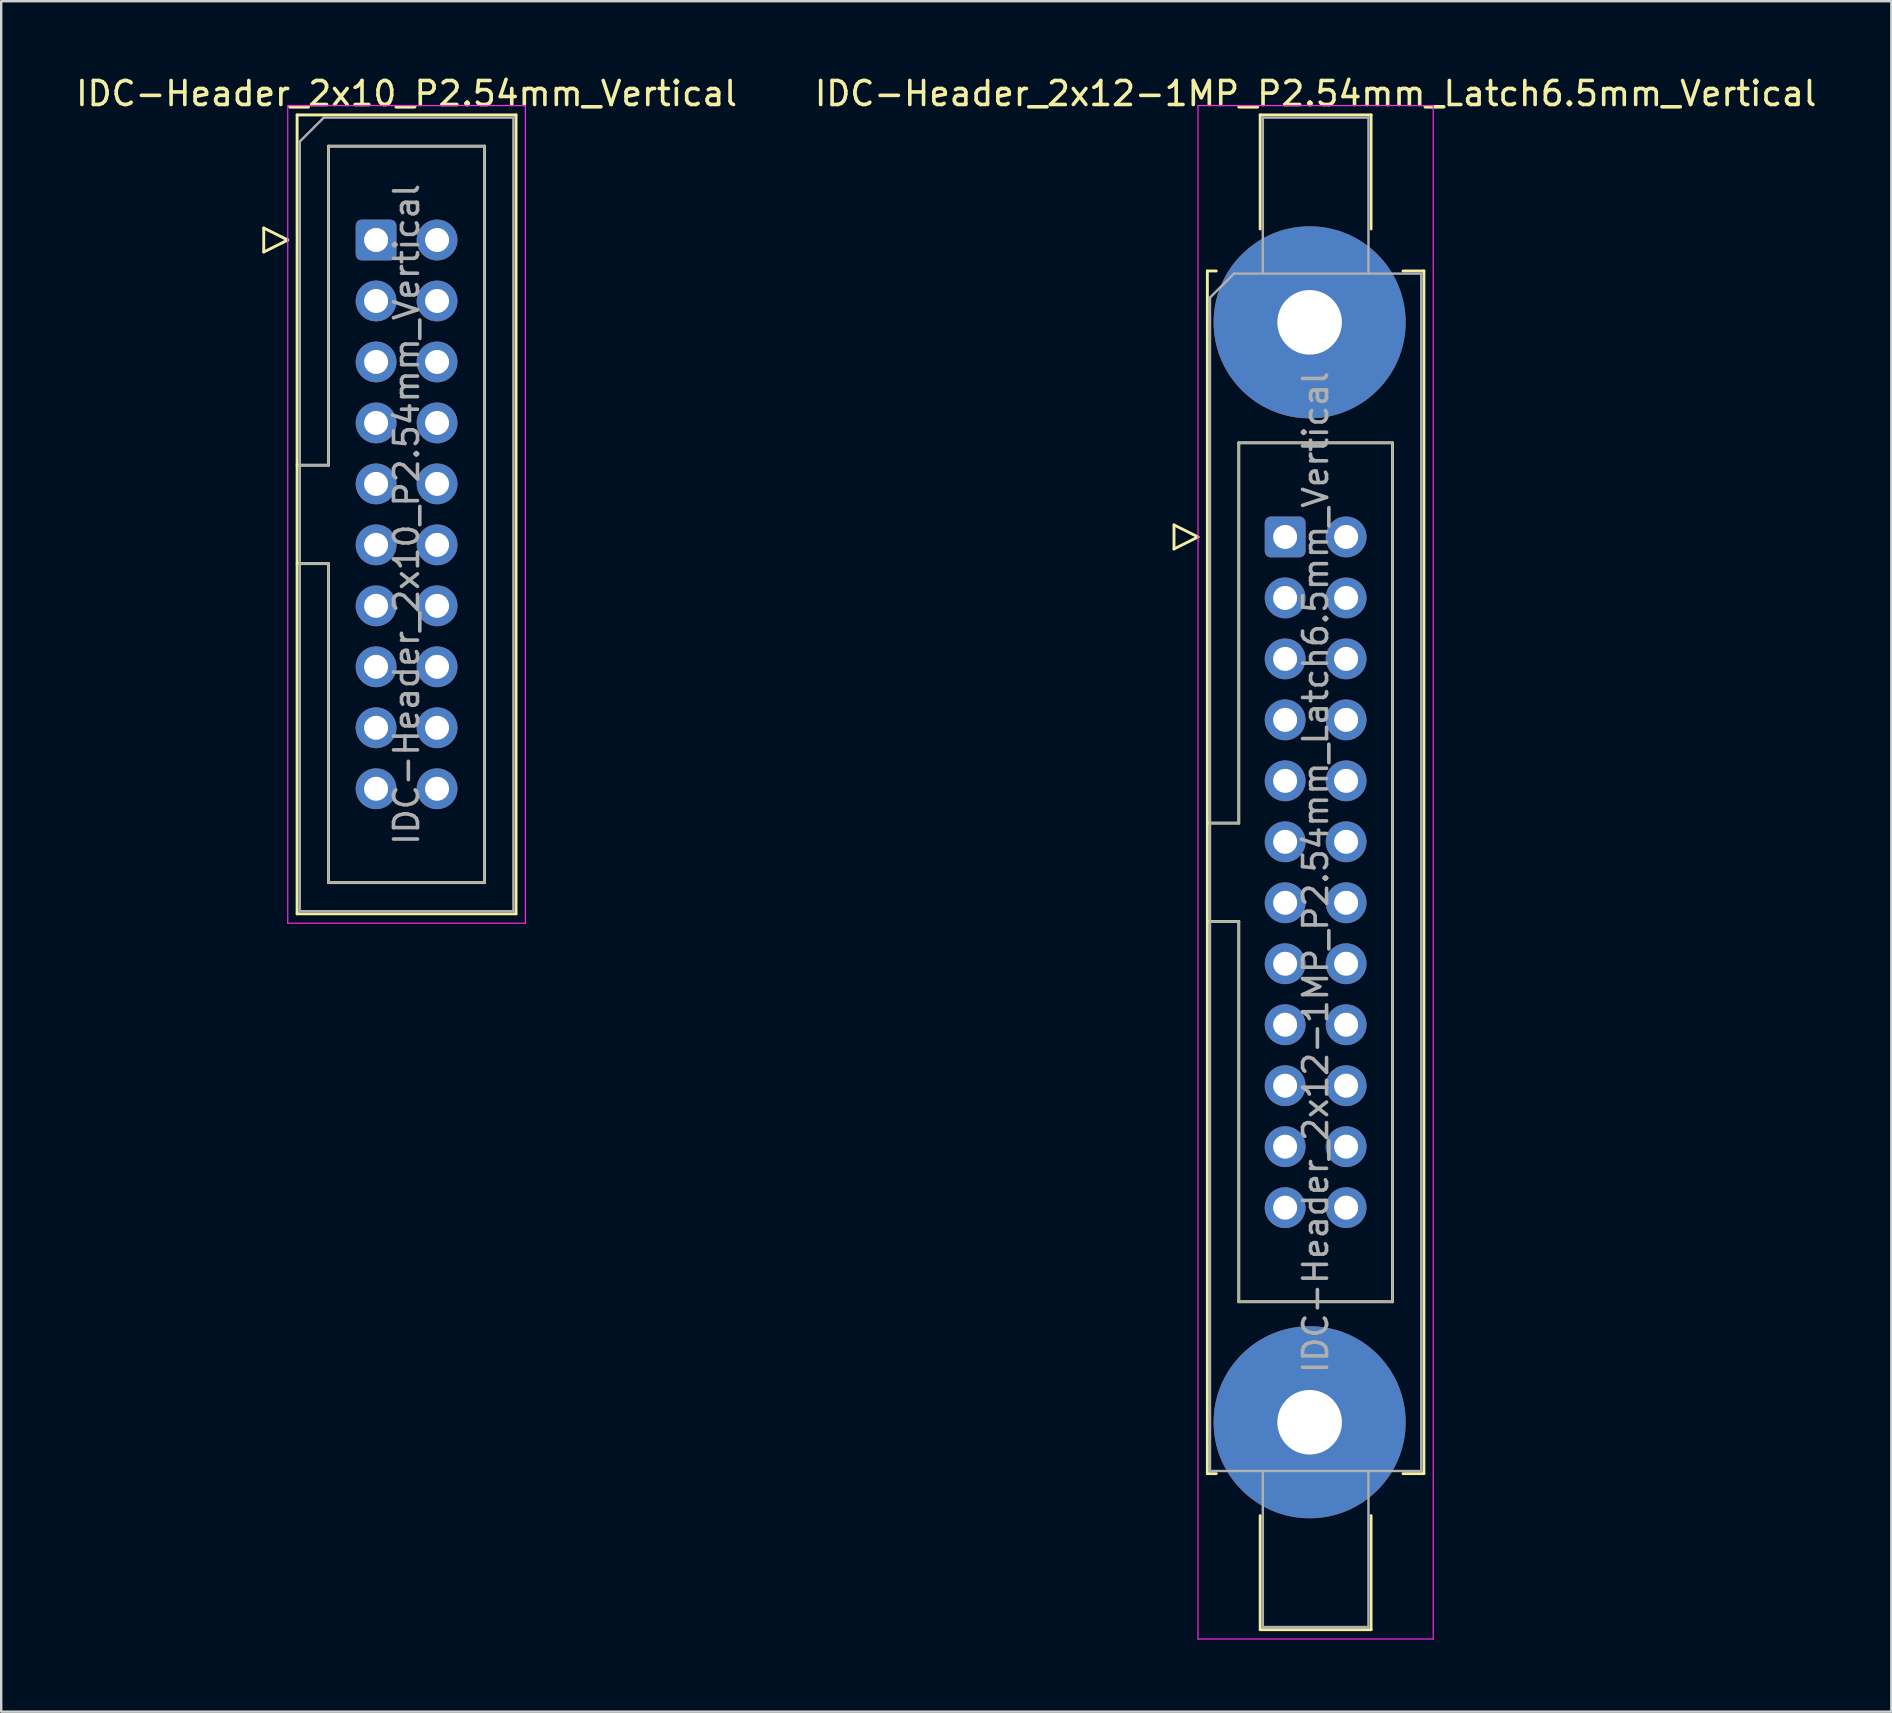
<source format=kicad_pcb>
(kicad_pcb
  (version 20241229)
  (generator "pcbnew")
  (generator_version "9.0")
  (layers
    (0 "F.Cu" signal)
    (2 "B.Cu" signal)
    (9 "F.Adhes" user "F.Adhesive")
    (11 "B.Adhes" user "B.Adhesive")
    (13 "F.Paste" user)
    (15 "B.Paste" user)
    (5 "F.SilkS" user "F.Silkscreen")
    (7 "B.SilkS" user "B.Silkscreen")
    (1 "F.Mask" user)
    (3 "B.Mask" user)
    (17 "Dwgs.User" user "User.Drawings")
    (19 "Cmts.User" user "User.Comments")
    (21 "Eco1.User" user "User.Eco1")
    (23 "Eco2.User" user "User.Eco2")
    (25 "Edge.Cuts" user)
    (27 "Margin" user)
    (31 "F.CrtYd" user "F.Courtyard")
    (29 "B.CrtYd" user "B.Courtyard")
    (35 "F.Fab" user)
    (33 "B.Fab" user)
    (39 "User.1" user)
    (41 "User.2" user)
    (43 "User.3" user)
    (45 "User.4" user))
  (footprint "IDC-Header_2x10_P2.54mm_Vertical"
    (layer "F.Cu")
    (at 12.617 6.948)
    (property "Reference" "IDC-Header_2x10_P2.54mm_Vertical" (at 1.27 -6.1 0) (layer "F.SilkS") (effects (font (size 1 1) (thickness 0.15))))
    (attr through_hole)
    (fp_line (start -4.68 -0.5) (end -4.68 0.5) (stroke (width 0.12) (type solid)) (layer "F.SilkS"))
    (fp_line (start -4.68 0.5) (end -3.68 0) (stroke (width 0.12) (type solid)) (layer "F.SilkS"))
    (fp_line (start -3.68 0) (end -4.68 -0.5) (stroke (width 0.12) (type solid)) (layer "F.SilkS"))
    (fp_line (start -3.29 -5.21) (end 5.83 -5.21) (stroke (width 0.12) (type solid)) (layer "F.SilkS"))
    (fp_line (start -3.29 9.38) (end -1.98 9.38) (stroke (width 0.12) (type solid)) (layer "F.SilkS"))
    (fp_line (start -3.29 28.07) (end -3.29 -5.21) (stroke (width 0.12) (type solid)) (layer "F.SilkS"))
    (fp_line (start -1.98 -3.91) (end 4.52 -3.91) (stroke (width 0.12) (type solid)) (layer "F.SilkS"))
    (fp_line (start -1.98 9.38) (end -1.98 -3.91) (stroke (width 0.12) (type solid)) (layer "F.SilkS"))
    (fp_line (start -1.98 13.48) (end -3.29 13.48) (stroke (width 0.12) (type solid)) (layer "F.SilkS"))
    (fp_line (start -1.98 26.77) (end -1.98 13.48) (stroke (width 0.12) (type solid)) (layer "F.SilkS"))
    (fp_line (start 4.52 -3.91) (end 4.52 26.77) (stroke (width 0.12) (type solid)) (layer "F.SilkS"))
    (fp_line (start 4.52 26.77) (end -1.98 26.77) (stroke (width 0.12) (type solid)) (layer "F.SilkS"))
    (fp_line (start 5.83 -5.21) (end 5.83 28.07) (stroke (width 0.12) (type solid)) (layer "F.SilkS"))
    (fp_line (start 5.83 28.07) (end -3.29 28.07) (stroke (width 0.12) (type solid)) (layer "F.SilkS"))
    (fp_line (start -3.68 -5.6) (end -3.68 28.46) (stroke (width 0.05) (type solid)) (layer "F.CrtYd"))
    (fp_line (start -3.68 28.46) (end 6.22 28.46) (stroke (width 0.05) (type solid)) (layer "F.CrtYd"))
    (fp_line (start 6.22 -5.6) (end -3.68 -5.6) (stroke (width 0.05) (type solid)) (layer "F.CrtYd"))
    (fp_line (start 6.22 28.46) (end 6.22 -5.6) (stroke (width 0.05) (type solid)) (layer "F.CrtYd"))
    (fp_line (start -3.18 -4.1) (end -2.18 -5.1) (stroke (width 0.1) (type solid)) (layer "F.Fab"))
    (fp_line (start -3.18 9.38) (end -1.98 9.38) (stroke (width 0.1) (type solid)) (layer "F.Fab"))
    (fp_line (start -3.18 27.96) (end -3.18 -4.1) (stroke (width 0.1) (type solid)) (layer "F.Fab"))
    (fp_line (start -2.18 -5.1) (end 5.72 -5.1) (stroke (width 0.1) (type solid)) (layer "F.Fab"))
    (fp_line (start -1.98 -3.91) (end 4.52 -3.91) (stroke (width 0.1) (type solid)) (layer "F.Fab"))
    (fp_line (start -1.98 9.38) (end -1.98 -3.91) (stroke (width 0.1) (type solid)) (layer "F.Fab"))
    (fp_line (start -1.98 13.48) (end -3.18 13.48) (stroke (width 0.1) (type solid)) (layer "F.Fab"))
    (fp_line (start -1.98 26.77) (end -1.98 13.48) (stroke (width 0.1) (type solid)) (layer "F.Fab"))
    (fp_line (start 4.52 -3.91) (end 4.52 26.77) (stroke (width 0.1) (type solid)) (layer "F.Fab"))
    (fp_line (start 4.52 26.77) (end -1.98 26.77) (stroke (width 0.1) (type solid)) (layer "F.Fab"))
    (fp_line (start 5.72 -5.1) (end 5.72 27.96) (stroke (width 0.1) (type solid)) (layer "F.Fab"))
    (fp_line (start 5.72 27.96) (end -3.18 27.96) (stroke (width 0.1) (type solid)) (layer "F.Fab"))
    (fp_text user "${REFERENCE}" (at 1.27 11.43 90) (layer "F.Fab") (effects (font (size 1 1) (thickness 0.15))))
    (pad "1" thru_hole roundrect (at 0 0) (size 1.7 1.7) (drill 1) (layers "*.Cu" "*.Mask") (roundrect_rratio 0.147))
    (pad "2" thru_hole circle (at 2.54 0) (size 1.7 1.7) (drill 1) (layers "*.Cu" "*.Mask"))
    (pad "3" thru_hole circle (at 0 2.54) (size 1.7 1.7) (drill 1) (layers "*.Cu" "*.Mask"))
    (pad "4" thru_hole circle (at 2.54 2.54) (size 1.7 1.7) (drill 1) (layers "*.Cu" "*.Mask"))
    (pad "5" thru_hole circle (at 0 5.08) (size 1.7 1.7) (drill 1) (layers "*.Cu" "*.Mask"))
    (pad "6" thru_hole circle (at 2.54 5.08) (size 1.7 1.7) (drill 1) (layers "*.Cu" "*.Mask"))
    (pad "7" thru_hole circle (at 0 7.62) (size 1.7 1.7) (drill 1) (layers "*.Cu" "*.Mask"))
    (pad "8" thru_hole circle (at 2.54 7.62) (size 1.7 1.7) (drill 1) (layers "*.Cu" "*.Mask"))
    (pad "9" thru_hole circle (at 0 10.16) (size 1.7 1.7) (drill 1) (layers "*.Cu" "*.Mask"))
    (pad "10" thru_hole circle (at 2.54 10.16) (size 1.7 1.7) (drill 1) (layers "*.Cu" "*.Mask"))
    (pad "11" thru_hole circle (at 0 12.7) (size 1.7 1.7) (drill 1) (layers "*.Cu" "*.Mask"))
    (pad "12" thru_hole circle (at 2.54 12.7) (size 1.7 1.7) (drill 1) (layers "*.Cu" "*.Mask"))
    (pad "13" thru_hole circle (at 0 15.24) (size 1.7 1.7) (drill 1) (layers "*.Cu" "*.Mask"))
    (pad "14" thru_hole circle (at 2.54 15.24) (size 1.7 1.7) (drill 1) (layers "*.Cu" "*.Mask"))
    (pad "15" thru_hole circle (at 0 17.78) (size 1.7 1.7) (drill 1) (layers "*.Cu" "*.Mask"))
    (pad "16" thru_hole circle (at 2.54 17.78) (size 1.7 1.7) (drill 1) (layers "*.Cu" "*.Mask"))
    (pad "17" thru_hole circle (at 0 20.32) (size 1.7 1.7) (drill 1) (layers "*.Cu" "*.Mask"))
    (pad "18" thru_hole circle (at 2.54 20.32) (size 1.7 1.7) (drill 1) (layers "*.Cu" "*.Mask"))
    (pad "19" thru_hole circle (at 0 22.86) (size 1.7 1.7) (drill 1) (layers "*.Cu" "*.Mask"))
    (pad "20" thru_hole circle (at 2.54 22.86) (size 1.7 1.7) (drill 1) (layers "*.Cu" "*.Mask")))
  (footprint "IDC-Header_2x12-1MP_P2.54mm_Latch6.5mm_Vertical"
    (layer "F.Cu")
    (at 50.486 19.318)
    (property "Reference" "IDC-Header_2x12-1MP_P2.54mm_Latch6.5mm_Vertical" (at 1.27 -18.47 0) (layer "F.SilkS") (effects (font (size 1 1) (thickness 0.15))))
    (attr through_hole)
    (fp_line (start -4.63 -0.5) (end -4.63 0.5) (stroke (width 0.12) (type solid)) (layer "F.SilkS"))
    (fp_line (start -4.63 0.5) (end -3.63 0) (stroke (width 0.12) (type solid)) (layer "F.SilkS"))
    (fp_line (start -3.63 0) (end -4.63 -0.5) (stroke (width 0.12) (type solid)) (layer "F.SilkS"))
    (fp_line (start -3.24 -11.08) (end -3.24 39.02) (stroke (width 0.12) (type solid)) (layer "F.SilkS"))
    (fp_line (start -3.24 11.92) (end -1.93 11.92) (stroke (width 0.12) (type solid)) (layer "F.SilkS"))
    (fp_line (start -3.24 39.02) (end -2.87 39.02) (stroke (width 0.12) (type solid)) (layer "F.SilkS"))
    (fp_line (start -2.87 -11.08) (end -3.24 -11.08) (stroke (width 0.12) (type solid)) (layer "F.SilkS"))
    (fp_line (start -1.93 -3.92) (end 4.47 -3.92) (stroke (width 0.12) (type solid)) (layer "F.SilkS"))
    (fp_line (start -1.93 11.92) (end -1.93 -3.92) (stroke (width 0.12) (type solid)) (layer "F.SilkS"))
    (fp_line (start -1.93 16.02) (end -3.24 16.02) (stroke (width 0.12) (type solid)) (layer "F.SilkS"))
    (fp_line (start -1.93 31.86) (end -1.93 16.02) (stroke (width 0.12) (type solid)) (layer "F.SilkS"))
    (fp_line (start -1.04 -17.58) (end 3.58 -17.58) (stroke (width 0.12) (type solid)) (layer "F.SilkS"))
    (fp_line (start -1.04 -12.83) (end -1.04 -17.58) (stroke (width 0.12) (type solid)) (layer "F.SilkS"))
    (fp_line (start -1.04 40.77) (end -1.04 45.52) (stroke (width 0.12) (type solid)) (layer "F.SilkS"))
    (fp_line (start -1.04 45.52) (end 3.58 45.52) (stroke (width 0.12) (type solid)) (layer "F.SilkS"))
    (fp_line (start 3.58 -17.58) (end 3.58 -12.83) (stroke (width 0.12) (type solid)) (layer "F.SilkS"))
    (fp_line (start 3.58 45.52) (end 3.58 40.77) (stroke (width 0.12) (type solid)) (layer "F.SilkS"))
    (fp_line (start 4.47 -3.92) (end 4.47 31.86) (stroke (width 0.12) (type solid)) (layer "F.SilkS"))
    (fp_line (start 4.47 31.86) (end -1.93 31.86) (stroke (width 0.12) (type solid)) (layer "F.SilkS"))
    (fp_line (start 4.91 -11.08) (end 5.78 -11.08) (stroke (width 0.12) (type solid)) (layer "F.SilkS"))
    (fp_line (start 5.78 -11.08) (end 5.78 39.02) (stroke (width 0.12) (type solid)) (layer "F.SilkS"))
    (fp_line (start 5.78 39.02) (end 4.91 39.02) (stroke (width 0.12) (type solid)) (layer "F.SilkS"))
    (fp_line (start -3.63 -17.97) (end -3.63 45.91) (stroke (width 0.05) (type solid)) (layer "F.CrtYd"))
    (fp_line (start -3.63 45.91) (end 6.17 45.91) (stroke (width 0.05) (type solid)) (layer "F.CrtYd"))
    (fp_line (start 6.17 -17.97) (end -3.63 -17.97) (stroke (width 0.05) (type solid)) (layer "F.CrtYd"))
    (fp_line (start 6.17 45.91) (end 6.17 -17.97) (stroke (width 0.05) (type solid)) (layer "F.CrtYd"))
    (fp_line (start -3.13 -9.97) (end -2.13 -10.97) (stroke (width 0.1) (type solid)) (layer "F.Fab"))
    (fp_line (start -3.13 11.92) (end -1.93 11.92) (stroke (width 0.1) (type solid)) (layer "F.Fab"))
    (fp_line (start -3.13 38.91) (end -3.13 -9.97) (stroke (width 0.1) (type solid)) (layer "F.Fab"))
    (fp_line (start -2.13 -10.97) (end 5.67 -10.97) (stroke (width 0.1) (type solid)) (layer "F.Fab"))
    (fp_line (start -1.93 -3.92) (end 4.47 -3.92) (stroke (width 0.1) (type solid)) (layer "F.Fab"))
    (fp_line (start -1.93 11.92) (end -1.93 -3.92) (stroke (width 0.1) (type solid)) (layer "F.Fab"))
    (fp_line (start -1.93 16.02) (end -3.13 16.02) (stroke (width 0.1) (type solid)) (layer "F.Fab"))
    (fp_line (start -1.93 31.86) (end -1.93 16.02) (stroke (width 0.1) (type solid)) (layer "F.Fab"))
    (fp_line (start -0.93 -17.47) (end 3.47 -17.47) (stroke (width 0.1) (type solid)) (layer "F.Fab"))
    (fp_line (start -0.93 -10.97) (end -0.93 -17.47) (stroke (width 0.1) (type solid)) (layer "F.Fab"))
    (fp_line (start -0.93 38.91) (end -0.93 45.41) (stroke (width 0.1) (type solid)) (layer "F.Fab"))
    (fp_line (start -0.93 45.41) (end 3.47 45.41) (stroke (width 0.1) (type solid)) (layer "F.Fab"))
    (fp_line (start 3.47 -17.47) (end 3.47 -10.97) (stroke (width 0.1) (type solid)) (layer "F.Fab"))
    (fp_line (start 3.47 45.41) (end 3.47 38.91) (stroke (width 0.1) (type solid)) (layer "F.Fab"))
    (fp_line (start 4.47 -3.92) (end 4.47 31.86) (stroke (width 0.1) (type solid)) (layer "F.Fab"))
    (fp_line (start 4.47 31.86) (end -1.93 31.86) (stroke (width 0.1) (type solid)) (layer "F.Fab"))
    (fp_line (start 5.67 -10.97) (end 5.67 38.91) (stroke (width 0.1) (type solid)) (layer "F.Fab"))
    (fp_line (start 5.67 38.91) (end -3.13 38.91) (stroke (width 0.1) (type solid)) (layer "F.Fab"))
    (fp_text user "${REFERENCE}" (at 1.27 13.97 90) (layer "F.Fab") (effects (font (size 1 1) (thickness 0.15))))
    (pad "1" thru_hole roundrect (at 0 0) (size 1.7 1.7) (drill 1) (layers "*.Cu" "*.Mask") (roundrect_rratio 0.147))
    (pad "2" thru_hole circle (at 2.54 0) (size 1.7 1.7) (drill 1) (layers "*.Cu" "*.Mask"))
    (pad "3" thru_hole circle (at 0 2.54) (size 1.7 1.7) (drill 1) (layers "*.Cu" "*.Mask"))
    (pad "4" thru_hole circle (at 2.54 2.54) (size 1.7 1.7) (drill 1) (layers "*.Cu" "*.Mask"))
    (pad "5" thru_hole circle (at 0 5.08) (size 1.7 1.7) (drill 1) (layers "*.Cu" "*.Mask"))
    (pad "6" thru_hole circle (at 2.54 5.08) (size 1.7 1.7) (drill 1) (layers "*.Cu" "*.Mask"))
    (pad "7" thru_hole circle (at 0 7.62) (size 1.7 1.7) (drill 1) (layers "*.Cu" "*.Mask"))
    (pad "8" thru_hole circle (at 2.54 7.62) (size 1.7 1.7) (drill 1) (layers "*.Cu" "*.Mask"))
    (pad "9" thru_hole circle (at 0 10.16) (size 1.7 1.7) (drill 1) (layers "*.Cu" "*.Mask"))
    (pad "10" thru_hole circle (at 2.54 10.16) (size 1.7 1.7) (drill 1) (layers "*.Cu" "*.Mask"))
    (pad "11" thru_hole circle (at 0 12.7) (size 1.7 1.7) (drill 1) (layers "*.Cu" "*.Mask"))
    (pad "12" thru_hole circle (at 2.54 12.7) (size 1.7 1.7) (drill 1) (layers "*.Cu" "*.Mask"))
    (pad "13" thru_hole circle (at 0 15.24) (size 1.7 1.7) (drill 1) (layers "*.Cu" "*.Mask"))
    (pad "14" thru_hole circle (at 2.54 15.24) (size 1.7 1.7) (drill 1) (layers "*.Cu" "*.Mask"))
    (pad "15" thru_hole circle (at 0 17.78) (size 1.7 1.7) (drill 1) (layers "*.Cu" "*.Mask"))
    (pad "16" thru_hole circle (at 2.54 17.78) (size 1.7 1.7) (drill 1) (layers "*.Cu" "*.Mask"))
    (pad "17" thru_hole circle (at 0 20.32) (size 1.7 1.7) (drill 1) (layers "*.Cu" "*.Mask"))
    (pad "18" thru_hole circle (at 2.54 20.32) (size 1.7 1.7) (drill 1) (layers "*.Cu" "*.Mask"))
    (pad "19" thru_hole circle (at 0 22.86) (size 1.7 1.7) (drill 1) (layers "*.Cu" "*.Mask"))
    (pad "20" thru_hole circle (at 2.54 22.86) (size 1.7 1.7) (drill 1) (layers "*.Cu" "*.Mask"))
    (pad "21" thru_hole circle (at 0 25.4) (size 1.7 1.7) (drill 1) (layers "*.Cu" "*.Mask"))
    (pad "22" thru_hole circle (at 2.54 25.4) (size 1.7 1.7) (drill 1) (layers "*.Cu" "*.Mask"))
    (pad "23" thru_hole circle (at 0 27.94) (size 1.7 1.7) (drill 1) (layers "*.Cu" "*.Mask"))
    (pad "24" thru_hole circle (at 2.54 27.94) (size 1.7 1.7) (drill 1) (layers "*.Cu" "*.Mask"))
    (pad "MP" thru_hole circle (at 1.02 -8.94) (size 8 8) (drill 2.69) (layers "*.Cu" "*.Mask"))
    (pad "MP" thru_hole circle (at 1.02 36.88) (size 8 8) (drill 2.69) (layers "*.Cu" "*.Mask")))
  (gr_rect
    (start -3 -3)
    (end 75.738 68.253)
    (stroke (width 0.1) (type default))
    (fill no)
    (layer "Edge.Cuts")))
</source>
